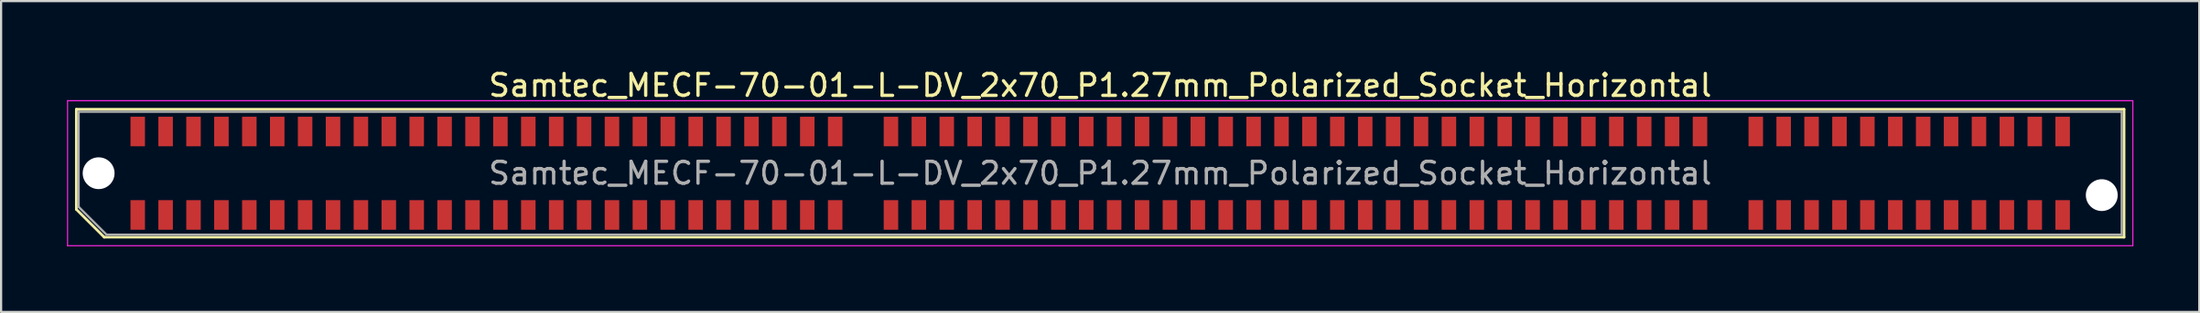
<source format=kicad_pcb>
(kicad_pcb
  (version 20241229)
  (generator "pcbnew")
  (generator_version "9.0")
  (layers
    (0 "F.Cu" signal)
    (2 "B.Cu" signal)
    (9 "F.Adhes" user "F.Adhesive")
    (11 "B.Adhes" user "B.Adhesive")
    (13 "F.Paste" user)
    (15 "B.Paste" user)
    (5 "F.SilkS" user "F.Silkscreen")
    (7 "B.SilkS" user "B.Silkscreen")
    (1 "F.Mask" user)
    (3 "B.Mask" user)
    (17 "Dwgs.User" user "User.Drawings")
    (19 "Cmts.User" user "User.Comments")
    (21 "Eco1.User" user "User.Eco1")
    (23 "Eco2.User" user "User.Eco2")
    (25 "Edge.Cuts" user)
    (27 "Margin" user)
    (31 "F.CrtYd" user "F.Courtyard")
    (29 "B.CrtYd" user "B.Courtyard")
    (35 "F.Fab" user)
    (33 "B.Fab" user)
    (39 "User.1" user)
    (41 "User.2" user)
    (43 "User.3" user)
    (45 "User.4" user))
  (footprint "Samtec_MECF-70-01-L-DV_2x70_P1.27mm_Polarized_Socket_Horizontal"
    (layer "F.Cu")
    (at 47.035 4.858)
    (property "Reference" "Samtec_MECF-70-01-L-DV_2x70_P1.27mm_Polarized_Socket_Horizontal" (at 0 -4.01 0) (layer "F.SilkS") (effects (font (size 1 1) (thickness 0.15))))
    (attr smd)
    (fp_line (start -46.61 -2.92) (end 46.61 -2.92) (stroke (width 0.12) (type solid)) (layer "F.SilkS"))
    (fp_line (start -46.61 1.65) (end -46.61 -2.92) (stroke (width 0.12) (type solid)) (layer "F.SilkS"))
    (fp_line (start -45.34 2.92) (end -46.61 1.65) (stroke (width 0.12) (type solid)) (layer "F.SilkS"))
    (fp_line (start -45.34 2.92) (end 46.61 2.92) (stroke (width 0.12) (type solid)) (layer "F.SilkS"))
    (fp_line (start 46.61 2.92) (end 46.61 -2.92) (stroke (width 0.12) (type solid)) (layer "F.SilkS"))
    (fp_line (start -47.01 -3.31) (end -47.01 3.31) (stroke (width 0.05) (type solid)) (layer "F.CrtYd"))
    (fp_line (start -47.01 3.31) (end 47.01 3.31) (stroke (width 0.05) (type solid)) (layer "F.CrtYd"))
    (fp_line (start 47.01 -3.31) (end -47.01 -3.31) (stroke (width 0.05) (type solid)) (layer "F.CrtYd"))
    (fp_line (start 47.01 3.31) (end 47.01 -3.31) (stroke (width 0.05) (type solid)) (layer "F.CrtYd"))
    (fp_line (start -46.505 -2.805) (end 46.505 -2.805) (stroke (width 0.1) (type solid)) (layer "F.Fab"))
    (fp_line (start -46.505 1.535) (end -46.505 -2.805) (stroke (width 0.1) (type solid)) (layer "F.Fab"))
    (fp_line (start -46.505 1.535) (end -45.235 2.805) (stroke (width 0.1) (type solid)) (layer "F.Fab"))
    (fp_line (start -45.235 2.805) (end 46.505 2.805) (stroke (width 0.1) (type solid)) (layer "F.Fab"))
    (fp_line (start 46.505 2.805) (end 46.505 -2.805) (stroke (width 0.1) (type solid)) (layer "F.Fab"))
    (fp_text user "${REFERENCE}" (at 0 0 0) (layer "F.Fab") (effects (font (size 1 1) (thickness 0.15))))
    (pad "" np_thru_hole circle (at -45.595 0) (size 1.45 1.45) (drill 1.45) (layers "*.Cu" "*.Mask"))
    (pad "" np_thru_hole circle (at 45.595 1) (size 1.45 1.45) (drill 1.45) (layers "*.Cu" "*.Mask"))
    (pad "1" smd rect (at -43.815 1.905) (size 0.66 1.35) (layers "F.Cu" "F.Mask" "F.Paste"))
    (pad "2" smd rect (at -43.815 -1.905) (size 0.66 1.35) (layers "F.Cu" "F.Mask" "F.Paste"))
    (pad "3" smd rect (at -42.545 1.905) (size 0.66 1.35) (layers "F.Cu" "F.Mask" "F.Paste"))
    (pad "4" smd rect (at -42.545 -1.905) (size 0.66 1.35) (layers "F.Cu" "F.Mask" "F.Paste"))
    (pad "5" smd rect (at -41.275 1.905) (size 0.66 1.35) (layers "F.Cu" "F.Mask" "F.Paste"))
    (pad "6" smd rect (at -41.275 -1.905) (size 0.66 1.35) (layers "F.Cu" "F.Mask" "F.Paste"))
    (pad "7" smd rect (at -40.005 1.905) (size 0.66 1.35) (layers "F.Cu" "F.Mask" "F.Paste"))
    (pad "8" smd rect (at -40.005 -1.905) (size 0.66 1.35) (layers "F.Cu" "F.Mask" "F.Paste"))
    (pad "9" smd rect (at -38.735 1.905) (size 0.66 1.35) (layers "F.Cu" "F.Mask" "F.Paste"))
    (pad "10" smd rect (at -38.735 -1.905) (size 0.66 1.35) (layers "F.Cu" "F.Mask" "F.Paste"))
    (pad "11" smd rect (at -37.465 1.905) (size 0.66 1.35) (layers "F.Cu" "F.Mask" "F.Paste"))
    (pad "12" smd rect (at -37.465 -1.905) (size 0.66 1.35) (layers "F.Cu" "F.Mask" "F.Paste"))
    (pad "13" smd rect (at -36.195 1.905) (size 0.66 1.35) (layers "F.Cu" "F.Mask" "F.Paste"))
    (pad "14" smd rect (at -36.195 -1.905) (size 0.66 1.35) (layers "F.Cu" "F.Mask" "F.Paste"))
    (pad "15" smd rect (at -34.925 1.905) (size 0.66 1.35) (layers "F.Cu" "F.Mask" "F.Paste"))
    (pad "16" smd rect (at -34.925 -1.905) (size 0.66 1.35) (layers "F.Cu" "F.Mask" "F.Paste"))
    (pad "17" smd rect (at -33.655 1.905) (size 0.66 1.35) (layers "F.Cu" "F.Mask" "F.Paste"))
    (pad "18" smd rect (at -33.655 -1.905) (size 0.66 1.35) (layers "F.Cu" "F.Mask" "F.Paste"))
    (pad "19" smd rect (at -32.385 1.905) (size 0.66 1.35) (layers "F.Cu" "F.Mask" "F.Paste"))
    (pad "20" smd rect (at -32.385 -1.905) (size 0.66 1.35) (layers "F.Cu" "F.Mask" "F.Paste"))
    (pad "21" smd rect (at -31.115 1.905) (size 0.66 1.35) (layers "F.Cu" "F.Mask" "F.Paste"))
    (pad "22" smd rect (at -31.115 -1.905) (size 0.66 1.35) (layers "F.Cu" "F.Mask" "F.Paste"))
    (pad "23" smd rect (at -29.845 1.905) (size 0.66 1.35) (layers "F.Cu" "F.Mask" "F.Paste"))
    (pad "24" smd rect (at -29.845 -1.905) (size 0.66 1.35) (layers "F.Cu" "F.Mask" "F.Paste"))
    (pad "25" smd rect (at -28.575 1.905) (size 0.66 1.35) (layers "F.Cu" "F.Mask" "F.Paste"))
    (pad "26" smd rect (at -28.575 -1.905) (size 0.66 1.35) (layers "F.Cu" "F.Mask" "F.Paste"))
    (pad "27" smd rect (at -27.305 1.905) (size 0.66 1.35) (layers "F.Cu" "F.Mask" "F.Paste"))
    (pad "28" smd rect (at -27.305 -1.905) (size 0.66 1.35) (layers "F.Cu" "F.Mask" "F.Paste"))
    (pad "29" smd rect (at -26.035 1.905) (size 0.66 1.35) (layers "F.Cu" "F.Mask" "F.Paste"))
    (pad "30" smd rect (at -26.035 -1.905) (size 0.66 1.35) (layers "F.Cu" "F.Mask" "F.Paste"))
    (pad "31" smd rect (at -24.765 1.905) (size 0.66 1.35) (layers "F.Cu" "F.Mask" "F.Paste"))
    (pad "32" smd rect (at -24.765 -1.905) (size 0.66 1.35) (layers "F.Cu" "F.Mask" "F.Paste"))
    (pad "33" smd rect (at -23.495 1.905) (size 0.66 1.35) (layers "F.Cu" "F.Mask" "F.Paste"))
    (pad "34" smd rect (at -23.495 -1.905) (size 0.66 1.35) (layers "F.Cu" "F.Mask" "F.Paste"))
    (pad "35" smd rect (at -22.225 1.905) (size 0.66 1.35) (layers "F.Cu" "F.Mask" "F.Paste"))
    (pad "36" smd rect (at -22.225 -1.905) (size 0.66 1.35) (layers "F.Cu" "F.Mask" "F.Paste"))
    (pad "37" smd rect (at -20.955 1.905) (size 0.66 1.35) (layers "F.Cu" "F.Mask" "F.Paste"))
    (pad "38" smd rect (at -20.955 -1.905) (size 0.66 1.35) (layers "F.Cu" "F.Mask" "F.Paste"))
    (pad "39" smd rect (at -19.685 1.905) (size 0.66 1.35) (layers "F.Cu" "F.Mask" "F.Paste"))
    (pad "40" smd rect (at -19.685 -1.905) (size 0.66 1.35) (layers "F.Cu" "F.Mask" "F.Paste"))
    (pad "41" smd rect (at -18.415 1.905) (size 0.66 1.35) (layers "F.Cu" "F.Mask" "F.Paste"))
    (pad "42" smd rect (at -18.415 -1.905) (size 0.66 1.35) (layers "F.Cu" "F.Mask" "F.Paste"))
    (pad "43" smd rect (at -17.145 1.905) (size 0.66 1.35) (layers "F.Cu" "F.Mask" "F.Paste"))
    (pad "44" smd rect (at -17.145 -1.905) (size 0.66 1.35) (layers "F.Cu" "F.Mask" "F.Paste"))
    (pad "45" smd rect (at -15.875 1.905) (size 0.66 1.35) (layers "F.Cu" "F.Mask" "F.Paste"))
    (pad "46" smd rect (at -15.875 -1.905) (size 0.66 1.35) (layers "F.Cu" "F.Mask" "F.Paste"))
    (pad "47" smd rect (at -14.605 1.905) (size 0.66 1.35) (layers "F.Cu" "F.Mask" "F.Paste"))
    (pad "48" smd rect (at -14.605 -1.905) (size 0.66 1.35) (layers "F.Cu" "F.Mask" "F.Paste"))
    (pad "49" smd rect (at -13.335 1.905) (size 0.66 1.35) (layers "F.Cu" "F.Mask" "F.Paste"))
    (pad "50" smd rect (at -13.335 -1.905) (size 0.66 1.35) (layers "F.Cu" "F.Mask" "F.Paste"))
    (pad "51" smd rect (at -12.065 1.905) (size 0.66 1.35) (layers "F.Cu" "F.Mask" "F.Paste"))
    (pad "52" smd rect (at -12.065 -1.905) (size 0.66 1.35) (layers "F.Cu" "F.Mask" "F.Paste"))
    (pad "55" smd rect (at -9.525 1.905) (size 0.66 1.35) (layers "F.Cu" "F.Mask" "F.Paste"))
    (pad "56" smd rect (at -9.525 -1.905) (size 0.66 1.35) (layers "F.Cu" "F.Mask" "F.Paste"))
    (pad "57" smd rect (at -8.255 1.905) (size 0.66 1.35) (layers "F.Cu" "F.Mask" "F.Paste"))
    (pad "58" smd rect (at -8.255 -1.905) (size 0.66 1.35) (layers "F.Cu" "F.Mask" "F.Paste"))
    (pad "59" smd rect (at -6.985 1.905) (size 0.66 1.35) (layers "F.Cu" "F.Mask" "F.Paste"))
    (pad "60" smd rect (at -6.985 -1.905) (size 0.66 1.35) (layers "F.Cu" "F.Mask" "F.Paste"))
    (pad "61" smd rect (at -5.715 1.905) (size 0.66 1.35) (layers "F.Cu" "F.Mask" "F.Paste"))
    (pad "62" smd rect (at -5.715 -1.905) (size 0.66 1.35) (layers "F.Cu" "F.Mask" "F.Paste"))
    (pad "63" smd rect (at -4.445 1.905) (size 0.66 1.35) (layers "F.Cu" "F.Mask" "F.Paste"))
    (pad "64" smd rect (at -4.445 -1.905) (size 0.66 1.35) (layers "F.Cu" "F.Mask" "F.Paste"))
    (pad "65" smd rect (at -3.175 1.905) (size 0.66 1.35) (layers "F.Cu" "F.Mask" "F.Paste"))
    (pad "66" smd rect (at -3.175 -1.905) (size 0.66 1.35) (layers "F.Cu" "F.Mask" "F.Paste"))
    (pad "67" smd rect (at -1.905 1.905) (size 0.66 1.35) (layers "F.Cu" "F.Mask" "F.Paste"))
    (pad "68" smd rect (at -1.905 -1.905) (size 0.66 1.35) (layers "F.Cu" "F.Mask" "F.Paste"))
    (pad "69" smd rect (at -0.635 1.905) (size 0.66 1.35) (layers "F.Cu" "F.Mask" "F.Paste"))
    (pad "70" smd rect (at -0.635 -1.905) (size 0.66 1.35) (layers "F.Cu" "F.Mask" "F.Paste"))
    (pad "71" smd rect (at 0.635 1.905) (size 0.66 1.35) (layers "F.Cu" "F.Mask" "F.Paste"))
    (pad "72" smd rect (at 0.635 -1.905) (size 0.66 1.35) (layers "F.Cu" "F.Mask" "F.Paste"))
    (pad "73" smd rect (at 1.905 1.905) (size 0.66 1.35) (layers "F.Cu" "F.Mask" "F.Paste"))
    (pad "74" smd rect (at 1.905 -1.905) (size 0.66 1.35) (layers "F.Cu" "F.Mask" "F.Paste"))
    (pad "75" smd rect (at 3.175 1.905) (size 0.66 1.35) (layers "F.Cu" "F.Mask" "F.Paste"))
    (pad "76" smd rect (at 3.175 -1.905) (size 0.66 1.35) (layers "F.Cu" "F.Mask" "F.Paste"))
    (pad "77" smd rect (at 4.445 1.905) (size 0.66 1.35) (layers "F.Cu" "F.Mask" "F.Paste"))
    (pad "78" smd rect (at 4.445 -1.905) (size 0.66 1.35) (layers "F.Cu" "F.Mask" "F.Paste"))
    (pad "79" smd rect (at 5.715 1.905) (size 0.66 1.35) (layers "F.Cu" "F.Mask" "F.Paste"))
    (pad "80" smd rect (at 5.715 -1.905) (size 0.66 1.35) (layers "F.Cu" "F.Mask" "F.Paste"))
    (pad "81" smd rect (at 6.985 1.905) (size 0.66 1.35) (layers "F.Cu" "F.Mask" "F.Paste"))
    (pad "82" smd rect (at 6.985 -1.905) (size 0.66 1.35) (layers "F.Cu" "F.Mask" "F.Paste"))
    (pad "83" smd rect (at 8.255 1.905) (size 0.66 1.35) (layers "F.Cu" "F.Mask" "F.Paste"))
    (pad "84" smd rect (at 8.255 -1.905) (size 0.66 1.35) (layers "F.Cu" "F.Mask" "F.Paste"))
    (pad "85" smd rect (at 9.525 1.905) (size 0.66 1.35) (layers "F.Cu" "F.Mask" "F.Paste"))
    (pad "86" smd rect (at 9.525 -1.905) (size 0.66 1.35) (layers "F.Cu" "F.Mask" "F.Paste"))
    (pad "87" smd rect (at 10.795 1.905) (size 0.66 1.35) (layers "F.Cu" "F.Mask" "F.Paste"))
    (pad "88" smd rect (at 10.795 -1.905) (size 0.66 1.35) (layers "F.Cu" "F.Mask" "F.Paste"))
    (pad "89" smd rect (at 12.065 1.905) (size 0.66 1.35) (layers "F.Cu" "F.Mask" "F.Paste"))
    (pad "90" smd rect (at 12.065 -1.905) (size 0.66 1.35) (layers "F.Cu" "F.Mask" "F.Paste"))
    (pad "91" smd rect (at 13.335 1.905) (size 0.66 1.35) (layers "F.Cu" "F.Mask" "F.Paste"))
    (pad "92" smd rect (at 13.335 -1.905) (size 0.66 1.35) (layers "F.Cu" "F.Mask" "F.Paste"))
    (pad "93" smd rect (at 14.605 1.905) (size 0.66 1.35) (layers "F.Cu" "F.Mask" "F.Paste"))
    (pad "94" smd rect (at 14.605 -1.905) (size 0.66 1.35) (layers "F.Cu" "F.Mask" "F.Paste"))
    (pad "95" smd rect (at 15.875 1.905) (size 0.66 1.35) (layers "F.Cu" "F.Mask" "F.Paste"))
    (pad "96" smd rect (at 15.875 -1.905) (size 0.66 1.35) (layers "F.Cu" "F.Mask" "F.Paste"))
    (pad "97" smd rect (at 17.145 1.905) (size 0.66 1.35) (layers "F.Cu" "F.Mask" "F.Paste"))
    (pad "98" smd rect (at 17.145 -1.905) (size 0.66 1.35) (layers "F.Cu" "F.Mask" "F.Paste"))
    (pad "99" smd rect (at 18.415 1.905) (size 0.66 1.35) (layers "F.Cu" "F.Mask" "F.Paste"))
    (pad "100" smd rect (at 18.415 -1.905) (size 0.66 1.35) (layers "F.Cu" "F.Mask" "F.Paste"))
    (pad "101" smd rect (at 19.685 1.905) (size 0.66 1.35) (layers "F.Cu" "F.Mask" "F.Paste"))
    (pad "102" smd rect (at 19.685 -1.905) (size 0.66 1.35) (layers "F.Cu" "F.Mask" "F.Paste"))
    (pad "103" smd rect (at 20.955 1.905) (size 0.66 1.35) (layers "F.Cu" "F.Mask" "F.Paste"))
    (pad "104" smd rect (at 20.955 -1.905) (size 0.66 1.35) (layers "F.Cu" "F.Mask" "F.Paste"))
    (pad "105" smd rect (at 22.225 1.905) (size 0.66 1.35) (layers "F.Cu" "F.Mask" "F.Paste"))
    (pad "106" smd rect (at 22.225 -1.905) (size 0.66 1.35) (layers "F.Cu" "F.Mask" "F.Paste"))
    (pad "107" smd rect (at 23.495 1.905) (size 0.66 1.35) (layers "F.Cu" "F.Mask" "F.Paste"))
    (pad "108" smd rect (at 23.495 -1.905) (size 0.66 1.35) (layers "F.Cu" "F.Mask" "F.Paste"))
    (pad "109" smd rect (at 24.765 1.905) (size 0.66 1.35) (layers "F.Cu" "F.Mask" "F.Paste"))
    (pad "110" smd rect (at 24.765 -1.905) (size 0.66 1.35) (layers "F.Cu" "F.Mask" "F.Paste"))
    (pad "111" smd rect (at 26.035 1.905) (size 0.66 1.35) (layers "F.Cu" "F.Mask" "F.Paste"))
    (pad "112" smd rect (at 26.035 -1.905) (size 0.66 1.35) (layers "F.Cu" "F.Mask" "F.Paste"))
    (pad "113" smd rect (at 27.305 1.905) (size 0.66 1.35) (layers "F.Cu" "F.Mask" "F.Paste"))
    (pad "114" smd rect (at 27.305 -1.905) (size 0.66 1.35) (layers "F.Cu" "F.Mask" "F.Paste"))
    (pad "117" smd rect (at 29.845 1.905) (size 0.66 1.35) (layers "F.Cu" "F.Mask" "F.Paste"))
    (pad "118" smd rect (at 29.845 -1.905) (size 0.66 1.35) (layers "F.Cu" "F.Mask" "F.Paste"))
    (pad "119" smd rect (at 31.115 1.905) (size 0.66 1.35) (layers "F.Cu" "F.Mask" "F.Paste"))
    (pad "120" smd rect (at 31.115 -1.905) (size 0.66 1.35) (layers "F.Cu" "F.Mask" "F.Paste"))
    (pad "121" smd rect (at 32.385 1.905) (size 0.66 1.35) (layers "F.Cu" "F.Mask" "F.Paste"))
    (pad "122" smd rect (at 32.385 -1.905) (size 0.66 1.35) (layers "F.Cu" "F.Mask" "F.Paste"))
    (pad "123" smd rect (at 33.655 1.905) (size 0.66 1.35) (layers "F.Cu" "F.Mask" "F.Paste"))
    (pad "124" smd rect (at 33.655 -1.905) (size 0.66 1.35) (layers "F.Cu" "F.Mask" "F.Paste"))
    (pad "125" smd rect (at 34.925 1.905) (size 0.66 1.35) (layers "F.Cu" "F.Mask" "F.Paste"))
    (pad "126" smd rect (at 34.925 -1.905) (size 0.66 1.35) (layers "F.Cu" "F.Mask" "F.Paste"))
    (pad "127" smd rect (at 36.195 1.905) (size 0.66 1.35) (layers "F.Cu" "F.Mask" "F.Paste"))
    (pad "128" smd rect (at 36.195 -1.905) (size 0.66 1.35) (layers "F.Cu" "F.Mask" "F.Paste"))
    (pad "129" smd rect (at 37.465 1.905) (size 0.66 1.35) (layers "F.Cu" "F.Mask" "F.Paste"))
    (pad "130" smd rect (at 37.465 -1.905) (size 0.66 1.35) (layers "F.Cu" "F.Mask" "F.Paste"))
    (pad "131" smd rect (at 38.735 1.905) (size 0.66 1.35) (layers "F.Cu" "F.Mask" "F.Paste"))
    (pad "132" smd rect (at 38.735 -1.905) (size 0.66 1.35) (layers "F.Cu" "F.Mask" "F.Paste"))
    (pad "133" smd rect (at 40.005 1.905) (size 0.66 1.35) (layers "F.Cu" "F.Mask" "F.Paste"))
    (pad "134" smd rect (at 40.005 -1.905) (size 0.66 1.35) (layers "F.Cu" "F.Mask" "F.Paste"))
    (pad "135" smd rect (at 41.275 1.905) (size 0.66 1.35) (layers "F.Cu" "F.Mask" "F.Paste"))
    (pad "136" smd rect (at 41.275 -1.905) (size 0.66 1.35) (layers "F.Cu" "F.Mask" "F.Paste"))
    (pad "137" smd rect (at 42.545 1.905) (size 0.66 1.35) (layers "F.Cu" "F.Mask" "F.Paste"))
    (pad "138" smd rect (at 42.545 -1.905) (size 0.66 1.35) (layers "F.Cu" "F.Mask" "F.Paste"))
    (pad "139" smd rect (at 43.815 1.905) (size 0.66 1.35) (layers "F.Cu" "F.Mask" "F.Paste"))
    (pad "140" smd rect (at 43.815 -1.905) (size 0.66 1.35) (layers "F.Cu" "F.Mask" "F.Paste")))
  (gr_rect
    (start -3 -3)
    (end 97.07 11.193)
    (stroke (width 0.1) (type default))
    (fill no)
    (layer "Edge.Cuts")))
</source>
